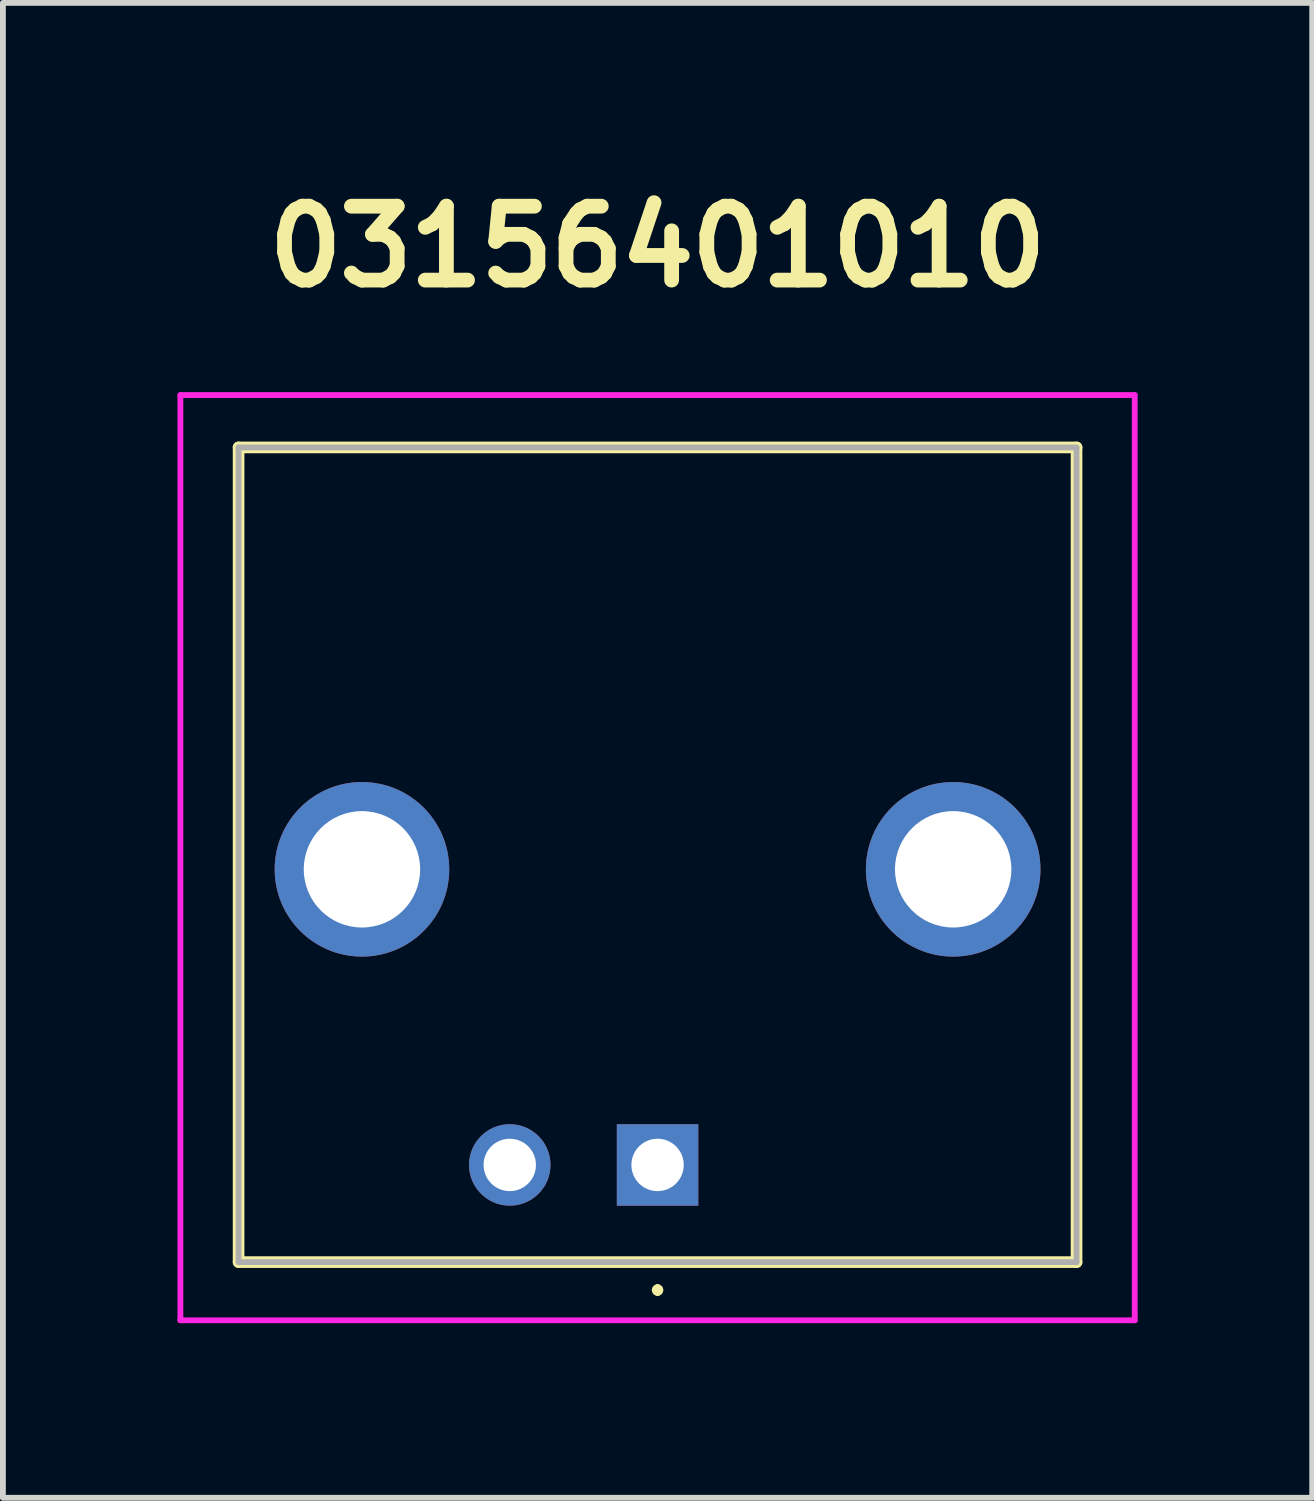
<source format=kicad_pcb>
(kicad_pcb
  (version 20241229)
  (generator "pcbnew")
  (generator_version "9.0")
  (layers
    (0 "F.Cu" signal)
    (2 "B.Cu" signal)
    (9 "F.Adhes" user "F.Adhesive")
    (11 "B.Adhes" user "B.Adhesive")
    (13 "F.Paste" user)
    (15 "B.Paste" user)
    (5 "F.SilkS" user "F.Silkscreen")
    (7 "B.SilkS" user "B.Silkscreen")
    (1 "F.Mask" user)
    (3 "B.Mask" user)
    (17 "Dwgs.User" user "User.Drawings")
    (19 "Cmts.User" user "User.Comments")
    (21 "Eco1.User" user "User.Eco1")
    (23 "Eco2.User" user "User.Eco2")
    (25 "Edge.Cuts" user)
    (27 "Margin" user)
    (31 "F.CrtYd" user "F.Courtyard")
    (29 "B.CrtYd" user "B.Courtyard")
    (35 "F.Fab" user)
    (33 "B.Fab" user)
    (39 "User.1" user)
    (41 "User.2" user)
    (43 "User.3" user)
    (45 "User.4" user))
  (footprint "03156401010"
    (layer "F.Cu")
    (at 8.25 16.969)
    (property "Reference" "03156401010" (at 0 -15.78 0) (layer "F.SilkS") (effects (font (size 1.27 1.27) (thickness 0.254))))
    (attr through_hole)
    (fp_line (start -7.2 -12.33) (end -7.2 1.67) (stroke (width 0.2) (type solid)) (layer "F.SilkS"))
    (fp_line (start -7.2 1.67) (end 7.2 1.67) (stroke (width 0.2) (type solid)) (layer "F.SilkS"))
    (fp_line (start 0 2.1) (end 0 2.1) (stroke (width 0.1) (type solid)) (layer "F.SilkS"))
    (fp_line (start 0 2.2) (end 0 2.2) (stroke (width 0.1) (type solid)) (layer "F.SilkS"))
    (fp_line (start 7.2 -12.33) (end -7.2 -12.33) (stroke (width 0.2) (type solid)) (layer "F.SilkS"))
    (fp_line (start 7.2 1.67) (end 7.2 -12.33) (stroke (width 0.2) (type solid)) (layer "F.SilkS"))
    (fp_arc (start 0 2.1) (mid 0.05 2.15) (end 0 2.2) (stroke (width 0.1) (type solid)) (layer "F.SilkS"))
    (fp_arc (start 0 2.2) (mid -0.05 2.15) (end 0 2.1) (stroke (width 0.1) (type solid)) (layer "F.SilkS"))
    (fp_line (start -8.2 -13.23) (end 8.2 -13.23) (stroke (width 0.1) (type solid)) (layer "F.CrtYd"))
    (fp_line (start -8.2 2.67) (end -8.2 -13.23) (stroke (width 0.1) (type solid)) (layer "F.CrtYd"))
    (fp_line (start 8.2 -13.23) (end 8.2 2.67) (stroke (width 0.1) (type solid)) (layer "F.CrtYd"))
    (fp_line (start 8.2 2.67) (end -8.2 2.67) (stroke (width 0.1) (type solid)) (layer "F.CrtYd"))
    (fp_line (start -7.2 -12.33) (end -7.2 1.67) (stroke (width 0.1) (type solid)) (layer "F.Fab"))
    (fp_line (start -7.2 1.67) (end 7.2 1.67) (stroke (width 0.1) (type solid)) (layer "F.Fab"))
    (fp_line (start 7.2 -12.33) (end -7.2 -12.33) (stroke (width 0.1) (type solid)) (layer "F.Fab"))
    (fp_line (start 7.2 1.67) (end 7.2 -12.33) (stroke (width 0.1) (type solid)) (layer "F.Fab"))
    (pad "1" thru_hole rect (at 0 0) (size 1.4 1.4) (drill 0.9) (layers "*.Cu" "*.Mask"))
    (pad "2" thru_hole circle (at -2.54 0) (size 1.4 1.4) (drill 0.9) (layers "*.Cu" "*.Mask"))
    (pad "3" thru_hole circle (at 5.08 -5.08) (size 3 3) (drill 2) (layers "*.Cu" "*.Mask"))
    (pad "4" thru_hole circle (at -5.08 -5.08) (size 3 3) (drill 2) (layers "*.Cu" "*.Mask")))
  (gr_rect
    (start -3 -3)
    (end 19.5 22.689)
    (stroke (width 0.1) (type default))
    (fill no)
    (layer "Edge.Cuts")))
</source>
